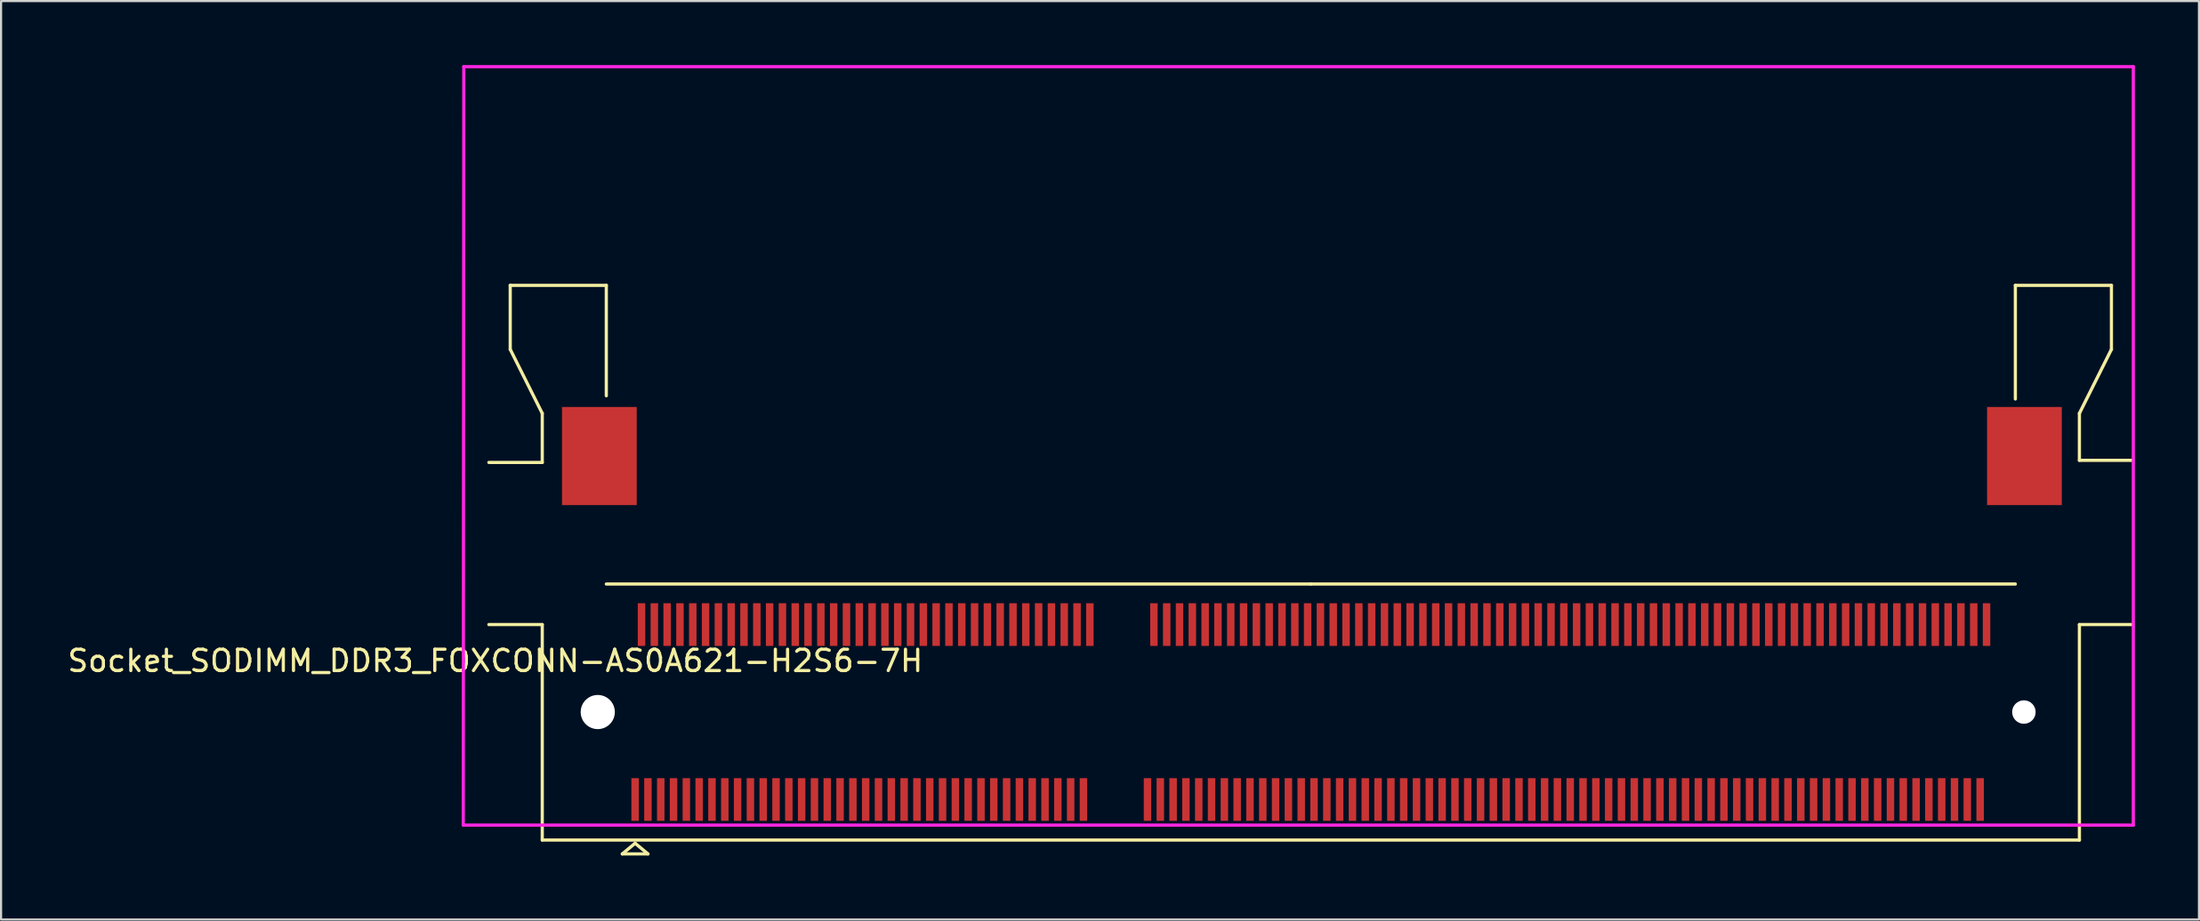
<source format=kicad_pcb>
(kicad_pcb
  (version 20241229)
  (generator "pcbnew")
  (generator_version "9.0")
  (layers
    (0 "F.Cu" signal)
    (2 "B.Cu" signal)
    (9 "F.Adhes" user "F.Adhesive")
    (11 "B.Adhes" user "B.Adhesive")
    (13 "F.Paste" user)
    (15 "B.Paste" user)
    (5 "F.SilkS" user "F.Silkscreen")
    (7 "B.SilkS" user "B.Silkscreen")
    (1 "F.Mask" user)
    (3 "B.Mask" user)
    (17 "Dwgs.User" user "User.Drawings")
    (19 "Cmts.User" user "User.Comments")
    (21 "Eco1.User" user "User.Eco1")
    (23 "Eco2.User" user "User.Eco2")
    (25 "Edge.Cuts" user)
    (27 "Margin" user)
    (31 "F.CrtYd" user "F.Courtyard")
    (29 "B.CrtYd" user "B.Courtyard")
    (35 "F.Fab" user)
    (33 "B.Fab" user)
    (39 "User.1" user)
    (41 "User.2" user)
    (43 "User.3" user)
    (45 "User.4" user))
  (footprint "Socket_SODIMM_DDR3_FOXCONN-AS0A621-H2S6-7H"
    (layer "F.Cu")
    (at 58.349 30.325)
    (property "Reference" "Socket_SODIMM_DDR3_FOXCONN-AS0A621-H2S6-7H" (at -38.2 -2.4 0) (layer "F.SilkS") (effects (font (size 1 1) (thickness 0.15))))
    (attr smd)
    (fp_line (start -37.5 -20) (end -37.5 -17) (stroke (width 0.15) (type solid)) (layer "F.SilkS"))
    (fp_line (start -37.5 -17) (end -36 -14) (stroke (width 0.15) (type solid)) (layer "F.SilkS"))
    (fp_line (start -36 -14) (end -36 -11.7) (stroke (width 0.15) (type solid)) (layer "F.SilkS"))
    (fp_line (start -36 -11.7) (end -38.5 -11.7) (stroke (width 0.15) (type solid)) (layer "F.SilkS"))
    (fp_line (start -36 -4.1) (end -38.5 -4.1) (stroke (width 0.15) (type solid)) (layer "F.SilkS"))
    (fp_line (start -36 -4.1) (end -36 6) (stroke (width 0.15) (type solid)) (layer "F.SilkS"))
    (fp_line (start -36 6) (end 36 6) (stroke (width 0.15) (type solid)) (layer "F.SilkS"))
    (fp_line (start -33 -20) (end -37.5 -20) (stroke (width 0.15) (type solid)) (layer "F.SilkS"))
    (fp_line (start -33 -14.825) (end -33 -20) (stroke (width 0.15) (type solid)) (layer "F.SilkS"))
    (fp_line (start -32.25 6.65) (end -31.65 6.15) (stroke (width 0.15) (type solid)) (layer "F.SilkS"))
    (fp_line (start -31.65 6.15) (end -31.05 6.65) (stroke (width 0.15) (type solid)) (layer "F.SilkS"))
    (fp_line (start -31.05 6.65) (end -32.25 6.65) (stroke (width 0.15) (type solid)) (layer "F.SilkS"))
    (fp_line (start 0 -6) (end -33 -6) (stroke (width 0.15) (type solid)) (layer "F.SilkS"))
    (fp_line (start 33 -20) (end 33 -14.673) (stroke (width 0.15) (type solid)) (layer "F.SilkS"))
    (fp_line (start 33 -6) (end 0 -6) (stroke (width 0.15) (type solid)) (layer "F.SilkS"))
    (fp_line (start 36 -14) (end 36 -11.8) (stroke (width 0.15) (type solid)) (layer "F.SilkS"))
    (fp_line (start 36 -14) (end 37.5 -17) (stroke (width 0.15) (type solid)) (layer "F.SilkS"))
    (fp_line (start 36 -11.8) (end 38.5 -11.8) (stroke (width 0.15) (type solid)) (layer "F.SilkS"))
    (fp_line (start 36 -4.1) (end 38.5 -4.1) (stroke (width 0.15) (type solid)) (layer "F.SilkS"))
    (fp_line (start 36 6) (end 36 -4.1) (stroke (width 0.15) (type solid)) (layer "F.SilkS"))
    (fp_line (start 37.5 -20) (end 33 -20) (stroke (width 0.15) (type solid)) (layer "F.SilkS"))
    (fp_line (start 37.5 -17) (end 37.5 -20) (stroke (width 0.15) (type solid)) (layer "F.SilkS"))
    (fp_line (start -39.7 5.3) (end 38.525 5.3) (stroke (width 0.15) (type solid)) (layer "F.CrtYd"))
    (fp_line (start -39.675 -30.25) (end -39.7 5.3) (stroke (width 0.15) (type solid)) (layer "F.CrtYd"))
    (fp_line (start 38.525 -30.25) (end -39.675 -30.25) (stroke (width 0.15) (type solid)) (layer "F.CrtYd"))
    (fp_line (start 38.525 5.3) (end 38.525 -30.25) (stroke (width 0.15) (type solid)) (layer "F.CrtYd"))
    (pad "" np_thru_hole circle (at -33.4 0) (size 1.6 1.6) (drill 1.6) (layers "*.Cu" "*.Mask"))
    (pad "" smd rect (at -33.325 -12) (size 3.5 4.6) (layers "F.Cu" "F.Mask" "F.Paste"))
    (pad "" np_thru_hole circle (at 33.4 0) (size 1.1 1.1) (drill 1.1) (layers "*.Cu" "*.Mask"))
    (pad "" smd rect (at 33.425 -12) (size 3.5 4.6) (layers "F.Cu" "F.Mask" "F.Paste"))
    (pad "1" smd rect (at -31.65 4.1) (size 0.35 2) (layers "F.Cu" "F.Mask" "F.Paste"))
    (pad "2" smd rect (at -31.35 -4.1) (size 0.35 2) (layers "F.Cu" "F.Mask" "F.Paste"))
    (pad "3" smd rect (at -31.05 4.1) (size 0.35 2) (layers "F.Cu" "F.Mask" "F.Paste"))
    (pad "4" smd rect (at -30.75 -4.1) (size 0.35 2) (layers "F.Cu" "F.Mask" "F.Paste"))
    (pad "5" smd rect (at -30.45 4.1) (size 0.35 2) (layers "F.Cu" "F.Mask" "F.Paste"))
    (pad "6" smd rect (at -30.15 -4.1) (size 0.35 2) (layers "F.Cu" "F.Mask" "F.Paste"))
    (pad "7" smd rect (at -29.85 4.1) (size 0.35 2) (layers "F.Cu" "F.Mask" "F.Paste"))
    (pad "8" smd rect (at -29.55 -4.1) (size 0.35 2) (layers "F.Cu" "F.Mask" "F.Paste"))
    (pad "9" smd rect (at -29.25 4.1) (size 0.35 2) (layers "F.Cu" "F.Mask" "F.Paste"))
    (pad "10" smd rect (at -28.95 -4.1) (size 0.35 2) (layers "F.Cu" "F.Mask" "F.Paste"))
    (pad "11" smd rect (at -28.65 4.1) (size 0.35 2) (layers "F.Cu" "F.Mask" "F.Paste"))
    (pad "12" smd rect (at -28.35 -4.1) (size 0.35 2) (layers "F.Cu" "F.Mask" "F.Paste"))
    (pad "13" smd rect (at -28.05 4.1) (size 0.35 2) (layers "F.Cu" "F.Mask" "F.Paste"))
    (pad "14" smd rect (at -27.75 -4.1) (size 0.35 2) (layers "F.Cu" "F.Mask" "F.Paste"))
    (pad "15" smd rect (at -27.45 4.1) (size 0.35 2) (layers "F.Cu" "F.Mask" "F.Paste"))
    (pad "16" smd rect (at -27.15 -4.1) (size 0.35 2) (layers "F.Cu" "F.Mask" "F.Paste"))
    (pad "17" smd rect (at -26.85 4.1) (size 0.35 2) (layers "F.Cu" "F.Mask" "F.Paste"))
    (pad "18" smd rect (at -26.55 -4.1) (size 0.35 2) (layers "F.Cu" "F.Mask" "F.Paste"))
    (pad "19" smd rect (at -26.25 4.1) (size 0.35 2) (layers "F.Cu" "F.Mask" "F.Paste"))
    (pad "20" smd rect (at -25.95 -4.1) (size 0.35 2) (layers "F.Cu" "F.Mask" "F.Paste"))
    (pad "21" smd rect (at -25.65 4.1) (size 0.35 2) (layers "F.Cu" "F.Mask" "F.Paste"))
    (pad "22" smd rect (at -25.35 -4.1) (size 0.35 2) (layers "F.Cu" "F.Mask" "F.Paste"))
    (pad "23" smd rect (at -25.05 4.1) (size 0.35 2) (layers "F.Cu" "F.Mask" "F.Paste"))
    (pad "24" smd rect (at -24.75 -4.1) (size 0.35 2) (layers "F.Cu" "F.Mask" "F.Paste"))
    (pad "25" smd rect (at -24.45 4.1) (size 0.35 2) (layers "F.Cu" "F.Mask" "F.Paste"))
    (pad "26" smd rect (at -24.15 -4.1) (size 0.35 2) (layers "F.Cu" "F.Mask" "F.Paste"))
    (pad "27" smd rect (at -23.85 4.1) (size 0.35 2) (layers "F.Cu" "F.Mask" "F.Paste"))
    (pad "28" smd rect (at -23.55 -4.1) (size 0.35 2) (layers "F.Cu" "F.Mask" "F.Paste"))
    (pad "29" smd rect (at -23.25 4.1) (size 0.35 2) (layers "F.Cu" "F.Mask" "F.Paste"))
    (pad "30" smd rect (at -22.95 -4.1) (size 0.35 2) (layers "F.Cu" "F.Mask" "F.Paste"))
    (pad "31" smd rect (at -22.65 4.1) (size 0.35 2) (layers "F.Cu" "F.Mask" "F.Paste"))
    (pad "32" smd rect (at -22.35 -4.1) (size 0.35 2) (layers "F.Cu" "F.Mask" "F.Paste"))
    (pad "33" smd rect (at -22.05 4.1) (size 0.35 2) (layers "F.Cu" "F.Mask" "F.Paste"))
    (pad "34" smd rect (at -21.75 -4.1) (size 0.35 2) (layers "F.Cu" "F.Mask" "F.Paste"))
    (pad "35" smd rect (at -21.45 4.1) (size 0.35 2) (layers "F.Cu" "F.Mask" "F.Paste"))
    (pad "36" smd rect (at -21.15 -4.1) (size 0.35 2) (layers "F.Cu" "F.Mask" "F.Paste"))
    (pad "37" smd rect (at -20.85 4.1) (size 0.35 2) (layers "F.Cu" "F.Mask" "F.Paste"))
    (pad "38" smd rect (at -20.55 -4.1) (size 0.35 2) (layers "F.Cu" "F.Mask" "F.Paste"))
    (pad "39" smd rect (at -20.25 4.1) (size 0.35 2) (layers "F.Cu" "F.Mask" "F.Paste"))
    (pad "40" smd rect (at -19.95 -4.1) (size 0.35 2) (layers "F.Cu" "F.Mask" "F.Paste"))
    (pad "41" smd rect (at -19.65 4.1) (size 0.35 2) (layers "F.Cu" "F.Mask" "F.Paste"))
    (pad "42" smd rect (at -19.35 -4.1) (size 0.35 2) (layers "F.Cu" "F.Mask" "F.Paste"))
    (pad "43" smd rect (at -19.05 4.1) (size 0.35 2) (layers "F.Cu" "F.Mask" "F.Paste"))
    (pad "44" smd rect (at -18.75 -4.1) (size 0.35 2) (layers "F.Cu" "F.Mask" "F.Paste"))
    (pad "45" smd rect (at -18.45 4.1) (size 0.35 2) (layers "F.Cu" "F.Mask" "F.Paste"))
    (pad "46" smd rect (at -18.15 -4.1) (size 0.35 2) (layers "F.Cu" "F.Mask" "F.Paste"))
    (pad "47" smd rect (at -17.85 4.1) (size 0.35 2) (layers "F.Cu" "F.Mask" "F.Paste"))
    (pad "48" smd rect (at -17.55 -4.1) (size 0.35 2) (layers "F.Cu" "F.Mask" "F.Paste"))
    (pad "49" smd rect (at -17.25 4.1) (size 0.35 2) (layers "F.Cu" "F.Mask" "F.Paste"))
    (pad "50" smd rect (at -16.95 -4.1) (size 0.35 2) (layers "F.Cu" "F.Mask" "F.Paste"))
    (pad "51" smd rect (at -16.65 4.1) (size 0.35 2) (layers "F.Cu" "F.Mask" "F.Paste"))
    (pad "52" smd rect (at -16.35 -4.1) (size 0.35 2) (layers "F.Cu" "F.Mask" "F.Paste"))
    (pad "53" smd rect (at -16.05 4.1) (size 0.35 2) (layers "F.Cu" "F.Mask" "F.Paste"))
    (pad "54" smd rect (at -15.75 -4.1) (size 0.35 2) (layers "F.Cu" "F.Mask" "F.Paste"))
    (pad "55" smd rect (at -15.45 4.1) (size 0.35 2) (layers "F.Cu" "F.Mask" "F.Paste"))
    (pad "56" smd rect (at -15.15 -4.1) (size 0.35 2) (layers "F.Cu" "F.Mask" "F.Paste"))
    (pad "57" smd rect (at -14.85 4.1) (size 0.35 2) (layers "F.Cu" "F.Mask" "F.Paste"))
    (pad "58" smd rect (at -14.55 -4.1) (size 0.35 2) (layers "F.Cu" "F.Mask" "F.Paste"))
    (pad "59" smd rect (at -14.25 4.1) (size 0.35 2) (layers "F.Cu" "F.Mask" "F.Paste"))
    (pad "60" smd rect (at -13.95 -4.1) (size 0.35 2) (layers "F.Cu" "F.Mask" "F.Paste"))
    (pad "61" smd rect (at -13.65 4.1) (size 0.35 2) (layers "F.Cu" "F.Mask" "F.Paste"))
    (pad "62" smd rect (at -13.35 -4.1) (size 0.35 2) (layers "F.Cu" "F.Mask" "F.Paste"))
    (pad "63" smd rect (at -13.05 4.1) (size 0.35 2) (layers "F.Cu" "F.Mask" "F.Paste"))
    (pad "64" smd rect (at -12.75 -4.1) (size 0.35 2) (layers "F.Cu" "F.Mask" "F.Paste"))
    (pad "65" smd rect (at -12.45 4.1) (size 0.35 2) (layers "F.Cu" "F.Mask" "F.Paste"))
    (pad "66" smd rect (at -12.15 -4.1) (size 0.35 2) (layers "F.Cu" "F.Mask" "F.Paste"))
    (pad "67" smd rect (at -11.85 4.1) (size 0.35 2) (layers "F.Cu" "F.Mask" "F.Paste"))
    (pad "68" smd rect (at -11.55 -4.1) (size 0.35 2) (layers "F.Cu" "F.Mask" "F.Paste"))
    (pad "69" smd rect (at -11.25 4.1) (size 0.35 2) (layers "F.Cu" "F.Mask" "F.Paste"))
    (pad "70" smd rect (at -10.95 -4.1) (size 0.35 2) (layers "F.Cu" "F.Mask" "F.Paste"))
    (pad "71" smd rect (at -10.65 4.1) (size 0.35 2) (layers "F.Cu" "F.Mask" "F.Paste"))
    (pad "72" smd rect (at -10.35 -4.1) (size 0.35 2) (layers "F.Cu" "F.Mask" "F.Paste"))
    (pad "73" smd rect (at -7.65 4.1) (size 0.35 2) (layers "F.Cu" "F.Mask" "F.Paste"))
    (pad "74" smd rect (at -7.35 -4.1) (size 0.35 2) (layers "F.Cu" "F.Mask" "F.Paste"))
    (pad "75" smd rect (at -7.05 4.1) (size 0.35 2) (layers "F.Cu" "F.Mask" "F.Paste"))
    (pad "76" smd rect (at -6.75 -4.1) (size 0.35 2) (layers "F.Cu" "F.Mask" "F.Paste"))
    (pad "77" smd rect (at -6.45 4.1) (size 0.35 2) (layers "F.Cu" "F.Mask" "F.Paste"))
    (pad "78" smd rect (at -6.15 -4.1) (size 0.35 2) (layers "F.Cu" "F.Mask" "F.Paste"))
    (pad "79" smd rect (at -5.85 4.1) (size 0.35 2) (layers "F.Cu" "F.Mask" "F.Paste"))
    (pad "80" smd rect (at -5.55 -4.1) (size 0.35 2) (layers "F.Cu" "F.Mask" "F.Paste"))
    (pad "81" smd rect (at -5.25 4.1) (size 0.35 2) (layers "F.Cu" "F.Mask" "F.Paste"))
    (pad "82" smd rect (at -4.95 -4.1) (size 0.35 2) (layers "F.Cu" "F.Mask" "F.Paste"))
    (pad "83" smd rect (at -4.65 4.1) (size 0.35 2) (layers "F.Cu" "F.Mask" "F.Paste"))
    (pad "84" smd rect (at -4.35 -4.1) (size 0.35 2) (layers "F.Cu" "F.Mask" "F.Paste"))
    (pad "85" smd rect (at -4.05 4.1) (size 0.35 2) (layers "F.Cu" "F.Mask" "F.Paste"))
    (pad "86" smd rect (at -3.75 -4.1) (size 0.35 2) (layers "F.Cu" "F.Mask" "F.Paste"))
    (pad "87" smd rect (at -3.45 4.1) (size 0.35 2) (layers "F.Cu" "F.Mask" "F.Paste"))
    (pad "88" smd rect (at -3.15 -4.1) (size 0.35 2) (layers "F.Cu" "F.Mask" "F.Paste"))
    (pad "89" smd rect (at -2.85 4.1) (size 0.35 2) (layers "F.Cu" "F.Mask" "F.Paste"))
    (pad "90" smd rect (at -2.55 -4.1) (size 0.35 2) (layers "F.Cu" "F.Mask" "F.Paste"))
    (pad "91" smd rect (at -2.25 4.1) (size 0.35 2) (layers "F.Cu" "F.Mask" "F.Paste"))
    (pad "92" smd rect (at -1.95 -4.1) (size 0.35 2) (layers "F.Cu" "F.Mask" "F.Paste"))
    (pad "93" smd rect (at -1.65 4.1) (size 0.35 2) (layers "F.Cu" "F.Mask" "F.Paste"))
    (pad "94" smd rect (at -1.35 -4.1) (size 0.35 2) (layers "F.Cu" "F.Mask" "F.Paste"))
    (pad "95" smd rect (at -1.05 4.1) (size 0.35 2) (layers "F.Cu" "F.Mask" "F.Paste"))
    (pad "96" smd rect (at -0.75 -4.1) (size 0.35 2) (layers "F.Cu" "F.Mask" "F.Paste"))
    (pad "97" smd rect (at -0.45 4.1) (size 0.35 2) (layers "F.Cu" "F.Mask" "F.Paste"))
    (pad "98" smd rect (at -0.15 -4.1) (size 0.35 2) (layers "F.Cu" "F.Mask" "F.Paste"))
    (pad "99" smd rect (at 0.15 4.1) (size 0.35 2) (layers "F.Cu" "F.Mask" "F.Paste"))
    (pad "100" smd rect (at 0.45 -4.1) (size 0.35 2) (layers "F.Cu" "F.Mask" "F.Paste"))
    (pad "101" smd rect (at 0.75 4.1) (size 0.35 2) (layers "F.Cu" "F.Mask" "F.Paste"))
    (pad "102" smd rect (at 1.05 -4.1) (size 0.35 2) (layers "F.Cu" "F.Mask" "F.Paste"))
    (pad "103" smd rect (at 1.35 4.1) (size 0.35 2) (layers "F.Cu" "F.Mask" "F.Paste"))
    (pad "104" smd rect (at 1.65 -4.1) (size 0.35 2) (layers "F.Cu" "F.Mask" "F.Paste"))
    (pad "105" smd rect (at 1.95 4.1) (size 0.35 2) (layers "F.Cu" "F.Mask" "F.Paste"))
    (pad "106" smd rect (at 2.25 -4.1) (size 0.35 2) (layers "F.Cu" "F.Mask" "F.Paste"))
    (pad "107" smd rect (at 2.55 4.1) (size 0.35 2) (layers "F.Cu" "F.Mask" "F.Paste"))
    (pad "108" smd rect (at 2.85 -4.1) (size 0.35 2) (layers "F.Cu" "F.Mask" "F.Paste"))
    (pad "109" smd rect (at 3.15 4.1) (size 0.35 2) (layers "F.Cu" "F.Mask" "F.Paste"))
    (pad "110" smd rect (at 3.45 -4.1) (size 0.35 2) (layers "F.Cu" "F.Mask" "F.Paste"))
    (pad "111" smd rect (at 3.75 4.1) (size 0.35 2) (layers "F.Cu" "F.Mask" "F.Paste"))
    (pad "112" smd rect (at 4.05 -4.1) (size 0.35 2) (layers "F.Cu" "F.Mask" "F.Paste"))
    (pad "113" smd rect (at 4.35 4.1) (size 0.35 2) (layers "F.Cu" "F.Mask" "F.Paste"))
    (pad "114" smd rect (at 4.65 -4.1) (size 0.35 2) (layers "F.Cu" "F.Mask" "F.Paste"))
    (pad "115" smd rect (at 4.95 4.1) (size 0.35 2) (layers "F.Cu" "F.Mask" "F.Paste"))
    (pad "116" smd rect (at 5.25 -4.1) (size 0.35 2) (layers "F.Cu" "F.Mask" "F.Paste"))
    (pad "117" smd rect (at 5.55 4.1) (size 0.35 2) (layers "F.Cu" "F.Mask" "F.Paste"))
    (pad "118" smd rect (at 5.85 -4.1) (size 0.35 2) (layers "F.Cu" "F.Mask" "F.Paste"))
    (pad "119" smd rect (at 6.15 4.1) (size 0.35 2) (layers "F.Cu" "F.Mask" "F.Paste"))
    (pad "120" smd rect (at 6.45 -4.1) (size 0.35 2) (layers "F.Cu" "F.Mask" "F.Paste"))
    (pad "121" smd rect (at 6.75 4.1) (size 0.35 2) (layers "F.Cu" "F.Mask" "F.Paste"))
    (pad "122" smd rect (at 7.05 -4.1) (size 0.35 2) (layers "F.Cu" "F.Mask" "F.Paste"))
    (pad "123" smd rect (at 7.35 4.1) (size 0.35 2) (layers "F.Cu" "F.Mask" "F.Paste"))
    (pad "124" smd rect (at 7.65 -4.1) (size 0.35 2) (layers "F.Cu" "F.Mask" "F.Paste"))
    (pad "125" smd rect (at 7.95 4.1) (size 0.35 2) (layers "F.Cu" "F.Mask" "F.Paste"))
    (pad "126" smd rect (at 8.25 -4.1) (size 0.35 2) (layers "F.Cu" "F.Mask" "F.Paste"))
    (pad "127" smd rect (at 8.55 4.1) (size 0.35 2) (layers "F.Cu" "F.Mask" "F.Paste"))
    (pad "128" smd rect (at 8.85 -4.1) (size 0.35 2) (layers "F.Cu" "F.Mask" "F.Paste"))
    (pad "129" smd rect (at 9.15 4.1) (size 0.35 2) (layers "F.Cu" "F.Mask" "F.Paste"))
    (pad "130" smd rect (at 9.45 -4.1) (size 0.35 2) (layers "F.Cu" "F.Mask" "F.Paste"))
    (pad "131" smd rect (at 9.75 4.1) (size 0.35 2) (layers "F.Cu" "F.Mask" "F.Paste"))
    (pad "132" smd rect (at 10.05 -4.1) (size 0.35 2) (layers "F.Cu" "F.Mask" "F.Paste"))
    (pad "133" smd rect (at 10.35 4.1) (size 0.35 2) (layers "F.Cu" "F.Mask" "F.Paste"))
    (pad "134" smd rect (at 10.65 -4.1) (size 0.35 2) (layers "F.Cu" "F.Mask" "F.Paste"))
    (pad "135" smd rect (at 10.95 4.1) (size 0.35 2) (layers "F.Cu" "F.Mask" "F.Paste"))
    (pad "136" smd rect (at 11.25 -4.1) (size 0.35 2) (layers "F.Cu" "F.Mask" "F.Paste"))
    (pad "137" smd rect (at 11.55 4.1) (size 0.35 2) (layers "F.Cu" "F.Mask" "F.Paste"))
    (pad "138" smd rect (at 11.85 -4.1) (size 0.35 2) (layers "F.Cu" "F.Mask" "F.Paste"))
    (pad "139" smd rect (at 12.15 4.1) (size 0.35 2) (layers "F.Cu" "F.Mask" "F.Paste"))
    (pad "140" smd rect (at 12.45 -4.1) (size 0.35 2) (layers "F.Cu" "F.Mask" "F.Paste"))
    (pad "141" smd rect (at 12.75 4.1) (size 0.35 2) (layers "F.Cu" "F.Mask" "F.Paste"))
    (pad "142" smd rect (at 13.05 -4.1) (size 0.35 2) (layers "F.Cu" "F.Mask" "F.Paste"))
    (pad "143" smd rect (at 13.35 4.1) (size 0.35 2) (layers "F.Cu" "F.Mask" "F.Paste"))
    (pad "144" smd rect (at 13.65 -4.1) (size 0.35 2) (layers "F.Cu" "F.Mask" "F.Paste"))
    (pad "145" smd rect (at 13.95 4.1) (size 0.35 2) (layers "F.Cu" "F.Mask" "F.Paste"))
    (pad "146" smd rect (at 14.25 -4.1) (size 0.35 2) (layers "F.Cu" "F.Mask" "F.Paste"))
    (pad "147" smd rect (at 14.55 4.1) (size 0.35 2) (layers "F.Cu" "F.Mask" "F.Paste"))
    (pad "148" smd rect (at 14.85 -4.1) (size 0.35 2) (layers "F.Cu" "F.Mask" "F.Paste"))
    (pad "149" smd rect (at 15.15 4.1) (size 0.35 2) (layers "F.Cu" "F.Mask" "F.Paste"))
    (pad "150" smd rect (at 15.45 -4.1) (size 0.35 2) (layers "F.Cu" "F.Mask" "F.Paste"))
    (pad "151" smd rect (at 15.75 4.1) (size 0.35 2) (layers "F.Cu" "F.Mask" "F.Paste"))
    (pad "152" smd rect (at 16.05 -4.1) (size 0.35 2) (layers "F.Cu" "F.Mask" "F.Paste"))
    (pad "153" smd rect (at 16.35 4.1) (size 0.35 2) (layers "F.Cu" "F.Mask" "F.Paste"))
    (pad "154" smd rect (at 16.65 -4.1) (size 0.35 2) (layers "F.Cu" "F.Mask" "F.Paste"))
    (pad "155" smd rect (at 16.95 4.1) (size 0.35 2) (layers "F.Cu" "F.Mask" "F.Paste"))
    (pad "156" smd rect (at 17.25 -4.1) (size 0.35 2) (layers "F.Cu" "F.Mask" "F.Paste"))
    (pad "157" smd rect (at 17.55 4.1) (size 0.35 2) (layers "F.Cu" "F.Mask" "F.Paste"))
    (pad "158" smd rect (at 17.85 -4.1) (size 0.35 2) (layers "F.Cu" "F.Mask" "F.Paste"))
    (pad "159" smd rect (at 18.15 4.1) (size 0.35 2) (layers "F.Cu" "F.Mask" "F.Paste"))
    (pad "160" smd rect (at 18.45 -4.1) (size 0.35 2) (layers "F.Cu" "F.Mask" "F.Paste"))
    (pad "161" smd rect (at 18.75 4.1) (size 0.35 2) (layers "F.Cu" "F.Mask" "F.Paste"))
    (pad "162" smd rect (at 19.05 -4.1) (size 0.35 2) (layers "F.Cu" "F.Mask" "F.Paste"))
    (pad "163" smd rect (at 19.35 4.1) (size 0.35 2) (layers "F.Cu" "F.Mask" "F.Paste"))
    (pad "164" smd rect (at 19.65 -4.1) (size 0.35 2) (layers "F.Cu" "F.Mask" "F.Paste"))
    (pad "165" smd rect (at 19.95 4.1) (size 0.35 2) (layers "F.Cu" "F.Mask" "F.Paste"))
    (pad "166" smd rect (at 20.25 -4.1) (size 0.35 2) (layers "F.Cu" "F.Mask" "F.Paste"))
    (pad "167" smd rect (at 20.55 4.1) (size 0.35 2) (layers "F.Cu" "F.Mask" "F.Paste"))
    (pad "168" smd rect (at 20.85 -4.1) (size 0.35 2) (layers "F.Cu" "F.Mask" "F.Paste"))
    (pad "169" smd rect (at 21.15 4.1) (size 0.35 2) (layers "F.Cu" "F.Mask" "F.Paste"))
    (pad "170" smd rect (at 21.45 -4.1) (size 0.35 2) (layers "F.Cu" "F.Mask" "F.Paste"))
    (pad "171" smd rect (at 21.75 4.1) (size 0.35 2) (layers "F.Cu" "F.Mask" "F.Paste"))
    (pad "172" smd rect (at 22.05 -4.1) (size 0.35 2) (layers "F.Cu" "F.Mask" "F.Paste"))
    (pad "173" smd rect (at 22.35 4.1) (size 0.35 2) (layers "F.Cu" "F.Mask" "F.Paste"))
    (pad "174" smd rect (at 22.65 -4.1) (size 0.35 2) (layers "F.Cu" "F.Mask" "F.Paste"))
    (pad "175" smd rect (at 22.95 4.1) (size 0.35 2) (layers "F.Cu" "F.Mask" "F.Paste"))
    (pad "176" smd rect (at 23.25 -4.1) (size 0.35 2) (layers "F.Cu" "F.Mask" "F.Paste"))
    (pad "177" smd rect (at 23.55 4.1) (size 0.35 2) (layers "F.Cu" "F.Mask" "F.Paste"))
    (pad "178" smd rect (at 23.85 -4.1) (size 0.35 2) (layers "F.Cu" "F.Mask" "F.Paste"))
    (pad "179" smd rect (at 24.15 4.1) (size 0.35 2) (layers "F.Cu" "F.Mask" "F.Paste"))
    (pad "180" smd rect (at 24.45 -4.1) (size 0.35 2) (layers "F.Cu" "F.Mask" "F.Paste"))
    (pad "181" smd rect (at 24.75 4.1) (size 0.35 2) (layers "F.Cu" "F.Mask" "F.Paste"))
    (pad "182" smd rect (at 25.05 -4.1) (size 0.35 2) (layers "F.Cu" "F.Mask" "F.Paste"))
    (pad "183" smd rect (at 25.35 4.1) (size 0.35 2) (layers "F.Cu" "F.Mask" "F.Paste"))
    (pad "184" smd rect (at 25.65 -4.1) (size 0.35 2) (layers "F.Cu" "F.Mask" "F.Paste"))
    (pad "185" smd rect (at 25.95 4.1) (size 0.35 2) (layers "F.Cu" "F.Mask" "F.Paste"))
    (pad "186" smd rect (at 26.25 -4.1) (size 0.35 2) (layers "F.Cu" "F.Mask" "F.Paste"))
    (pad "187" smd rect (at 26.55 4.1) (size 0.35 2) (layers "F.Cu" "F.Mask" "F.Paste"))
    (pad "188" smd rect (at 26.85 -4.1) (size 0.35 2) (layers "F.Cu" "F.Mask" "F.Paste"))
    (pad "189" smd rect (at 27.15 4.1) (size 0.35 2) (layers "F.Cu" "F.Mask" "F.Paste"))
    (pad "190" smd rect (at 27.45 -4.1) (size 0.35 2) (layers "F.Cu" "F.Mask" "F.Paste"))
    (pad "191" smd rect (at 27.75 4.1) (size 0.35 2) (layers "F.Cu" "F.Mask" "F.Paste"))
    (pad "192" smd rect (at 28.05 -4.1) (size 0.35 2) (layers "F.Cu" "F.Mask" "F.Paste"))
    (pad "193" smd rect (at 28.35 4.1) (size 0.35 2) (layers "F.Cu" "F.Mask" "F.Paste"))
    (pad "194" smd rect (at 28.65 -4.1) (size 0.35 2) (layers "F.Cu" "F.Mask" "F.Paste"))
    (pad "195" smd rect (at 28.95 4.1) (size 0.35 2) (layers "F.Cu" "F.Mask" "F.Paste"))
    (pad "196" smd rect (at 29.25 -4.1) (size 0.35 2) (layers "F.Cu" "F.Mask" "F.Paste"))
    (pad "197" smd rect (at 29.55 4.1) (size 0.35 2) (layers "F.Cu" "F.Mask" "F.Paste"))
    (pad "198" smd rect (at 29.85 -4.1) (size 0.35 2) (layers "F.Cu" "F.Mask" "F.Paste"))
    (pad "199" smd rect (at 30.15 4.1) (size 0.35 2) (layers "F.Cu" "F.Mask" "F.Paste"))
    (pad "200" smd rect (at 30.45 -4.1) (size 0.35 2) (layers "F.Cu" "F.Mask" "F.Paste"))
    (pad "201" smd rect (at 30.75 4.1) (size 0.35 2) (layers "F.Cu" "F.Mask" "F.Paste"))
    (pad "202" smd rect (at 31.05 -4.1) (size 0.35 2) (layers "F.Cu" "F.Mask" "F.Paste"))
    (pad "203" smd rect (at 31.35 4.1) (size 0.35 2) (layers "F.Cu" "F.Mask" "F.Paste"))
    (pad "204" smd rect (at 31.65 -4.1) (size 0.35 2) (layers "F.Cu" "F.Mask" "F.Paste")))
  (gr_rect
    (start -3 -3)
    (end 99.949 40.05)
    (stroke (width 0.1) (type default))
    (fill no)
    (layer "Edge.Cuts")))
</source>
